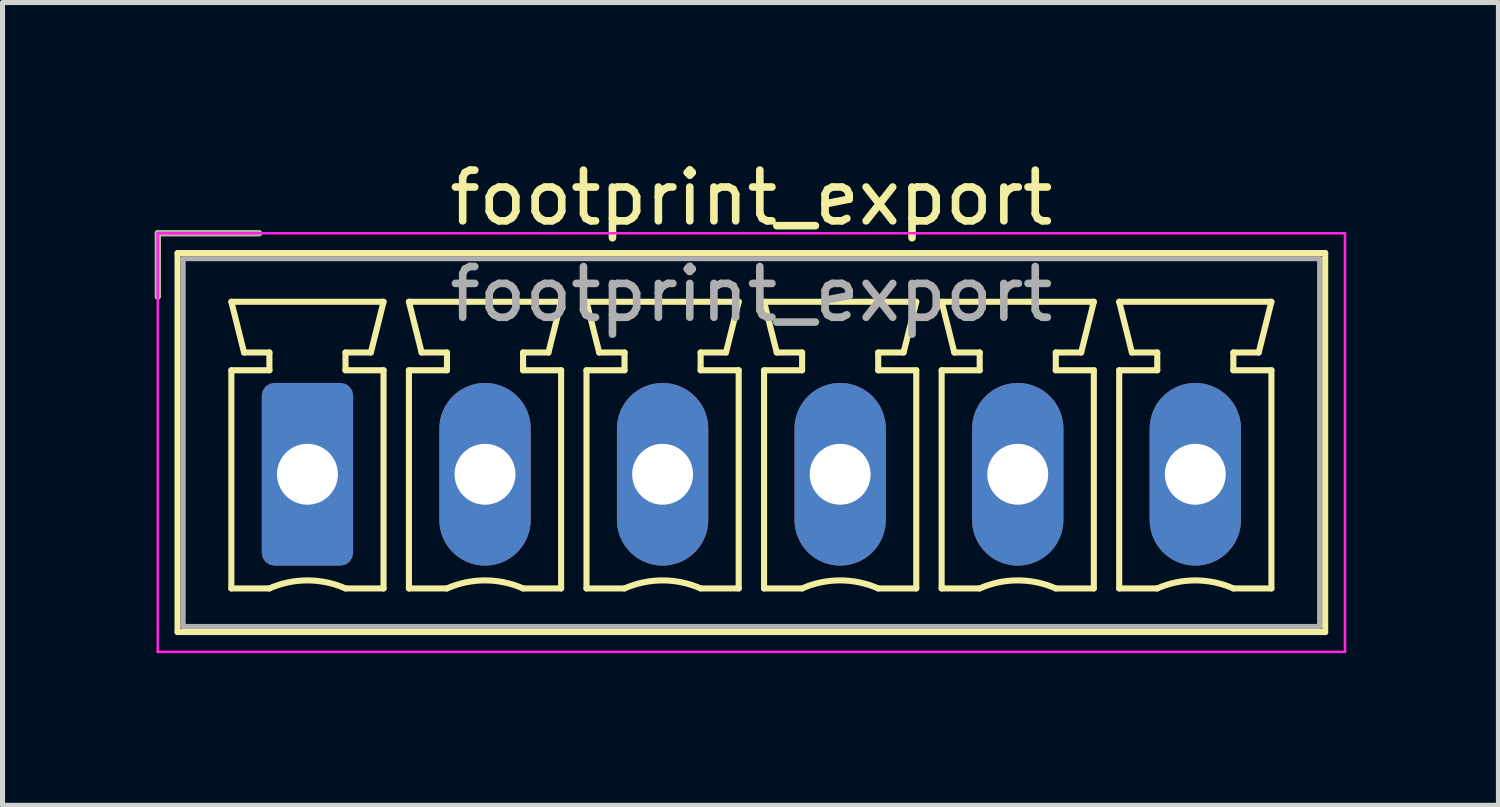
<source format=kicad_pcb>
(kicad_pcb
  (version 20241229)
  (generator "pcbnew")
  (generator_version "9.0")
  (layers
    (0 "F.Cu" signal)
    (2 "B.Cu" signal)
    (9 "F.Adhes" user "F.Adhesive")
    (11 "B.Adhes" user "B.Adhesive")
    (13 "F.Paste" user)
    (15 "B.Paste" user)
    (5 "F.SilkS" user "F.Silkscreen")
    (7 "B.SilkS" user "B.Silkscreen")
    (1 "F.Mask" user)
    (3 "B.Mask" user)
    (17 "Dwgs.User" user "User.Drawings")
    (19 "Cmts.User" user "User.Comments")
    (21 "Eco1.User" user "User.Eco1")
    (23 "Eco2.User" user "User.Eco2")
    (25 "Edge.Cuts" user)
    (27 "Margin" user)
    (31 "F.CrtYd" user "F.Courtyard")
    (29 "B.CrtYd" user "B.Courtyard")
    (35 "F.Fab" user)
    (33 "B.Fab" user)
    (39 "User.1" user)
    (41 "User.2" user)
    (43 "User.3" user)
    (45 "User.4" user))
  (footprint "footprint_export"
    (layer "F.Cu")
    (at 3.01 6.298)
    (property "Reference" "footprint_export" (at 8.75 -5.45 0) (layer "F.SilkS") (effects (font (size 1 1) (thickness 0.15))))
    (attr through_hole)
    (fp_line (start -2.95 -4.75) (end -0.95 -4.75) (stroke (width 0.12) (type solid)) (layer "F.SilkS"))
    (fp_line (start -2.95 -3.5) (end -2.95 -4.75) (stroke (width 0.12) (type solid)) (layer "F.SilkS"))
    (fp_line (start -2.56 -4.36) (end -2.56 3.11) (stroke (width 0.12) (type solid)) (layer "F.SilkS"))
    (fp_line (start -2.56 3.11) (end 20.06 3.11) (stroke (width 0.12) (type solid)) (layer "F.SilkS"))
    (fp_line (start -1.5 -3.4) (end 1.5 -3.4) (stroke (width 0.12) (type solid)) (layer "F.SilkS"))
    (fp_line (start -1.5 -2.05) (end -0.75 -2.05) (stroke (width 0.12) (type solid)) (layer "F.SilkS"))
    (fp_line (start -1.5 2.25) (end -1.5 -2.05) (stroke (width 0.12) (type solid)) (layer "F.SilkS"))
    (fp_line (start -1.25 -2.4) (end -1.5 -3.4) (stroke (width 0.12) (type solid)) (layer "F.SilkS"))
    (fp_line (start -0.75 -2.4) (end -1.25 -2.4) (stroke (width 0.12) (type solid)) (layer "F.SilkS"))
    (fp_line (start -0.75 -2.05) (end -0.75 -2.4) (stroke (width 0.12) (type solid)) (layer "F.SilkS"))
    (fp_line (start -0.75 2.25) (end -1.5 2.25) (stroke (width 0.12) (type solid)) (layer "F.SilkS"))
    (fp_line (start 0.75 -2.4) (end 0.75 -2.05) (stroke (width 0.12) (type solid)) (layer "F.SilkS"))
    (fp_line (start 0.75 -2.05) (end 1.5 -2.05) (stroke (width 0.12) (type solid)) (layer "F.SilkS"))
    (fp_line (start 1.25 -2.4) (end 0.75 -2.4) (stroke (width 0.12) (type solid)) (layer "F.SilkS"))
    (fp_line (start 1.5 -3.4) (end 1.25 -2.4) (stroke (width 0.12) (type solid)) (layer "F.SilkS"))
    (fp_line (start 1.5 -2.05) (end 1.5 2.25) (stroke (width 0.12) (type solid)) (layer "F.SilkS"))
    (fp_line (start 1.5 2.25) (end 0.75 2.25) (stroke (width 0.12) (type solid)) (layer "F.SilkS"))
    (fp_line (start 2 -3.4) (end 5 -3.4) (stroke (width 0.12) (type solid)) (layer "F.SilkS"))
    (fp_line (start 2 -2.05) (end 2.75 -2.05) (stroke (width 0.12) (type solid)) (layer "F.SilkS"))
    (fp_line (start 2 2.25) (end 2 -2.05) (stroke (width 0.12) (type solid)) (layer "F.SilkS"))
    (fp_line (start 2.25 -2.4) (end 2 -3.4) (stroke (width 0.12) (type solid)) (layer "F.SilkS"))
    (fp_line (start 2.75 -2.4) (end 2.25 -2.4) (stroke (width 0.12) (type solid)) (layer "F.SilkS"))
    (fp_line (start 2.75 -2.05) (end 2.75 -2.4) (stroke (width 0.12) (type solid)) (layer "F.SilkS"))
    (fp_line (start 2.75 2.25) (end 2 2.25) (stroke (width 0.12) (type solid)) (layer "F.SilkS"))
    (fp_line (start 4.25 -2.4) (end 4.25 -2.05) (stroke (width 0.12) (type solid)) (layer "F.SilkS"))
    (fp_line (start 4.25 -2.05) (end 5 -2.05) (stroke (width 0.12) (type solid)) (layer "F.SilkS"))
    (fp_line (start 4.75 -2.4) (end 4.25 -2.4) (stroke (width 0.12) (type solid)) (layer "F.SilkS"))
    (fp_line (start 5 -3.4) (end 4.75 -2.4) (stroke (width 0.12) (type solid)) (layer "F.SilkS"))
    (fp_line (start 5 -2.05) (end 5 2.25) (stroke (width 0.12) (type solid)) (layer "F.SilkS"))
    (fp_line (start 5 2.25) (end 4.25 2.25) (stroke (width 0.12) (type solid)) (layer "F.SilkS"))
    (fp_line (start 5.5 -3.4) (end 8.5 -3.4) (stroke (width 0.12) (type solid)) (layer "F.SilkS"))
    (fp_line (start 5.5 -2.05) (end 6.25 -2.05) (stroke (width 0.12) (type solid)) (layer "F.SilkS"))
    (fp_line (start 5.5 2.25) (end 5.5 -2.05) (stroke (width 0.12) (type solid)) (layer "F.SilkS"))
    (fp_line (start 5.75 -2.4) (end 5.5 -3.4) (stroke (width 0.12) (type solid)) (layer "F.SilkS"))
    (fp_line (start 6.25 -2.4) (end 5.75 -2.4) (stroke (width 0.12) (type solid)) (layer "F.SilkS"))
    (fp_line (start 6.25 -2.05) (end 6.25 -2.4) (stroke (width 0.12) (type solid)) (layer "F.SilkS"))
    (fp_line (start 6.25 2.25) (end 5.5 2.25) (stroke (width 0.12) (type solid)) (layer "F.SilkS"))
    (fp_line (start 7.75 -2.4) (end 7.75 -2.05) (stroke (width 0.12) (type solid)) (layer "F.SilkS"))
    (fp_line (start 7.75 -2.05) (end 8.5 -2.05) (stroke (width 0.12) (type solid)) (layer "F.SilkS"))
    (fp_line (start 8.25 -2.4) (end 7.75 -2.4) (stroke (width 0.12) (type solid)) (layer "F.SilkS"))
    (fp_line (start 8.5 -3.4) (end 8.25 -2.4) (stroke (width 0.12) (type solid)) (layer "F.SilkS"))
    (fp_line (start 8.5 -2.05) (end 8.5 2.25) (stroke (width 0.12) (type solid)) (layer "F.SilkS"))
    (fp_line (start 8.5 2.25) (end 7.75 2.25) (stroke (width 0.12) (type solid)) (layer "F.SilkS"))
    (fp_line (start 9 -3.4) (end 12 -3.4) (stroke (width 0.12) (type solid)) (layer "F.SilkS"))
    (fp_line (start 9 -2.05) (end 9.75 -2.05) (stroke (width 0.12) (type solid)) (layer "F.SilkS"))
    (fp_line (start 9 2.25) (end 9 -2.05) (stroke (width 0.12) (type solid)) (layer "F.SilkS"))
    (fp_line (start 9.25 -2.4) (end 9 -3.4) (stroke (width 0.12) (type solid)) (layer "F.SilkS"))
    (fp_line (start 9.75 -2.4) (end 9.25 -2.4) (stroke (width 0.12) (type solid)) (layer "F.SilkS"))
    (fp_line (start 9.75 -2.05) (end 9.75 -2.4) (stroke (width 0.12) (type solid)) (layer "F.SilkS"))
    (fp_line (start 9.75 2.25) (end 9 2.25) (stroke (width 0.12) (type solid)) (layer "F.SilkS"))
    (fp_line (start 11.25 -2.4) (end 11.25 -2.05) (stroke (width 0.12) (type solid)) (layer "F.SilkS"))
    (fp_line (start 11.25 -2.05) (end 12 -2.05) (stroke (width 0.12) (type solid)) (layer "F.SilkS"))
    (fp_line (start 11.75 -2.4) (end 11.25 -2.4) (stroke (width 0.12) (type solid)) (layer "F.SilkS"))
    (fp_line (start 12 -3.4) (end 11.75 -2.4) (stroke (width 0.12) (type solid)) (layer "F.SilkS"))
    (fp_line (start 12 -2.05) (end 12 2.25) (stroke (width 0.12) (type solid)) (layer "F.SilkS"))
    (fp_line (start 12 2.25) (end 11.25 2.25) (stroke (width 0.12) (type solid)) (layer "F.SilkS"))
    (fp_line (start 12.5 -3.4) (end 15.5 -3.4) (stroke (width 0.12) (type solid)) (layer "F.SilkS"))
    (fp_line (start 12.5 -2.05) (end 13.25 -2.05) (stroke (width 0.12) (type solid)) (layer "F.SilkS"))
    (fp_line (start 12.5 2.25) (end 12.5 -2.05) (stroke (width 0.12) (type solid)) (layer "F.SilkS"))
    (fp_line (start 12.75 -2.4) (end 12.5 -3.4) (stroke (width 0.12) (type solid)) (layer "F.SilkS"))
    (fp_line (start 13.25 -2.4) (end 12.75 -2.4) (stroke (width 0.12) (type solid)) (layer "F.SilkS"))
    (fp_line (start 13.25 -2.05) (end 13.25 -2.4) (stroke (width 0.12) (type solid)) (layer "F.SilkS"))
    (fp_line (start 13.25 2.25) (end 12.5 2.25) (stroke (width 0.12) (type solid)) (layer "F.SilkS"))
    (fp_line (start 14.75 -2.4) (end 14.75 -2.05) (stroke (width 0.12) (type solid)) (layer "F.SilkS"))
    (fp_line (start 14.75 -2.05) (end 15.5 -2.05) (stroke (width 0.12) (type solid)) (layer "F.SilkS"))
    (fp_line (start 15.25 -2.4) (end 14.75 -2.4) (stroke (width 0.12) (type solid)) (layer "F.SilkS"))
    (fp_line (start 15.5 -3.4) (end 15.25 -2.4) (stroke (width 0.12) (type solid)) (layer "F.SilkS"))
    (fp_line (start 15.5 -2.05) (end 15.5 2.25) (stroke (width 0.12) (type solid)) (layer "F.SilkS"))
    (fp_line (start 15.5 2.25) (end 14.75 2.25) (stroke (width 0.12) (type solid)) (layer "F.SilkS"))
    (fp_line (start 16 -3.4) (end 19 -3.4) (stroke (width 0.12) (type solid)) (layer "F.SilkS"))
    (fp_line (start 16 -2.05) (end 16.75 -2.05) (stroke (width 0.12) (type solid)) (layer "F.SilkS"))
    (fp_line (start 16 2.25) (end 16 -2.05) (stroke (width 0.12) (type solid)) (layer "F.SilkS"))
    (fp_line (start 16.25 -2.4) (end 16 -3.4) (stroke (width 0.12) (type solid)) (layer "F.SilkS"))
    (fp_line (start 16.75 -2.4) (end 16.25 -2.4) (stroke (width 0.12) (type solid)) (layer "F.SilkS"))
    (fp_line (start 16.75 -2.05) (end 16.75 -2.4) (stroke (width 0.12) (type solid)) (layer "F.SilkS"))
    (fp_line (start 16.75 2.25) (end 16 2.25) (stroke (width 0.12) (type solid)) (layer "F.SilkS"))
    (fp_line (start 18.25 -2.4) (end 18.25 -2.05) (stroke (width 0.12) (type solid)) (layer "F.SilkS"))
    (fp_line (start 18.25 -2.05) (end 19 -2.05) (stroke (width 0.12) (type solid)) (layer "F.SilkS"))
    (fp_line (start 18.75 -2.4) (end 18.25 -2.4) (stroke (width 0.12) (type solid)) (layer "F.SilkS"))
    (fp_line (start 19 -3.4) (end 18.75 -2.4) (stroke (width 0.12) (type solid)) (layer "F.SilkS"))
    (fp_line (start 19 -2.05) (end 19 2.25) (stroke (width 0.12) (type solid)) (layer "F.SilkS"))
    (fp_line (start 19 2.25) (end 18.25 2.25) (stroke (width 0.12) (type solid)) (layer "F.SilkS"))
    (fp_line (start 20.06 -4.36) (end -2.56 -4.36) (stroke (width 0.12) (type solid)) (layer "F.SilkS"))
    (fp_line (start 20.06 3.11) (end 20.06 -4.36) (stroke (width 0.12) (type solid)) (layer "F.SilkS"))
    (fp_arc (start -0.75 2.25) (mid -0.000193 2.09191) (end 0.749647 2.249844) (stroke (width 0.12) (type solid)) (layer "F.SilkS"))
    (fp_arc (start 2.75 2.25) (mid 3.499807 2.09191) (end 4.249647 2.249844) (stroke (width 0.12) (type solid)) (layer "F.SilkS"))
    (fp_arc (start 6.25 2.25) (mid 6.999807 2.09191) (end 7.749647 2.249844) (stroke (width 0.12) (type solid)) (layer "F.SilkS"))
    (fp_arc (start 9.75 2.25) (mid 10.499807 2.09191) (end 11.249647 2.249844) (stroke (width 0.12) (type solid)) (layer "F.SilkS"))
    (fp_arc (start 13.25 2.25) (mid 13.999807 2.09191) (end 14.749647 2.249844) (stroke (width 0.12) (type solid)) (layer "F.SilkS"))
    (fp_arc (start 16.75 2.25) (mid 17.499807 2.09191) (end 18.249647 2.249844) (stroke (width 0.12) (type solid)) (layer "F.SilkS"))
    (fp_line (start -2.95 -4.75) (end -2.95 3.5) (stroke (width 0.05) (type solid)) (layer "F.CrtYd"))
    (fp_line (start -2.95 3.5) (end 20.45 3.5) (stroke (width 0.05) (type solid)) (layer "F.CrtYd"))
    (fp_line (start 20.45 -4.75) (end -2.95 -4.75) (stroke (width 0.05) (type solid)) (layer "F.CrtYd"))
    (fp_line (start 20.45 3.5) (end 20.45 -4.75) (stroke (width 0.05) (type solid)) (layer "F.CrtYd"))
    (fp_line (start -2.95 -4.75) (end -0.95 -4.75) (stroke (width 0.1) (type solid)) (layer "F.Fab"))
    (fp_line (start -2.95 -3.5) (end -2.95 -4.75) (stroke (width 0.1) (type solid)) (layer "F.Fab"))
    (fp_line (start -2.45 -4.25) (end -2.45 3) (stroke (width 0.1) (type solid)) (layer "F.Fab"))
    (fp_line (start -2.45 3) (end 19.95 3) (stroke (width 0.1) (type solid)) (layer "F.Fab"))
    (fp_line (start 19.95 -4.25) (end -2.45 -4.25) (stroke (width 0.1) (type solid)) (layer "F.Fab"))
    (fp_line (start 19.95 3) (end 19.95 -4.25) (stroke (width 0.1) (type solid)) (layer "F.Fab"))
    (fp_text user "${REFERENCE}" (at 8.75 -3.55 0) (layer "F.Fab") (effects (font (size 1 1) (thickness 0.15))))
    (pad "1" thru_hole roundrect (at 0 0) (size 1.8 3.6) (drill 1.2) (layers "*.Cu" "*.Mask") (roundrect_rratio 0.139))
    (pad "2" thru_hole oval (at 3.5 0) (size 1.8 3.6) (drill 1.2) (layers "*.Cu" "*.Mask"))
    (pad "3" thru_hole oval (at 7 0) (size 1.8 3.6) (drill 1.2) (layers "*.Cu" "*.Mask"))
    (pad "4" thru_hole oval (at 10.5 0) (size 1.8 3.6) (drill 1.2) (layers "*.Cu" "*.Mask"))
    (pad "5" thru_hole oval (at 14 0) (size 1.8 3.6) (drill 1.2) (layers "*.Cu" "*.Mask"))
    (pad "6" thru_hole oval (at 17.5 0) (size 1.8 3.6) (drill 1.2) (layers "*.Cu" "*.Mask")))
  (gr_rect
    (start -3 -3)
    (end 26.485 12.823)
    (stroke (width 0.1) (type default))
    (fill no)
    (layer "Edge.Cuts")))
</source>
